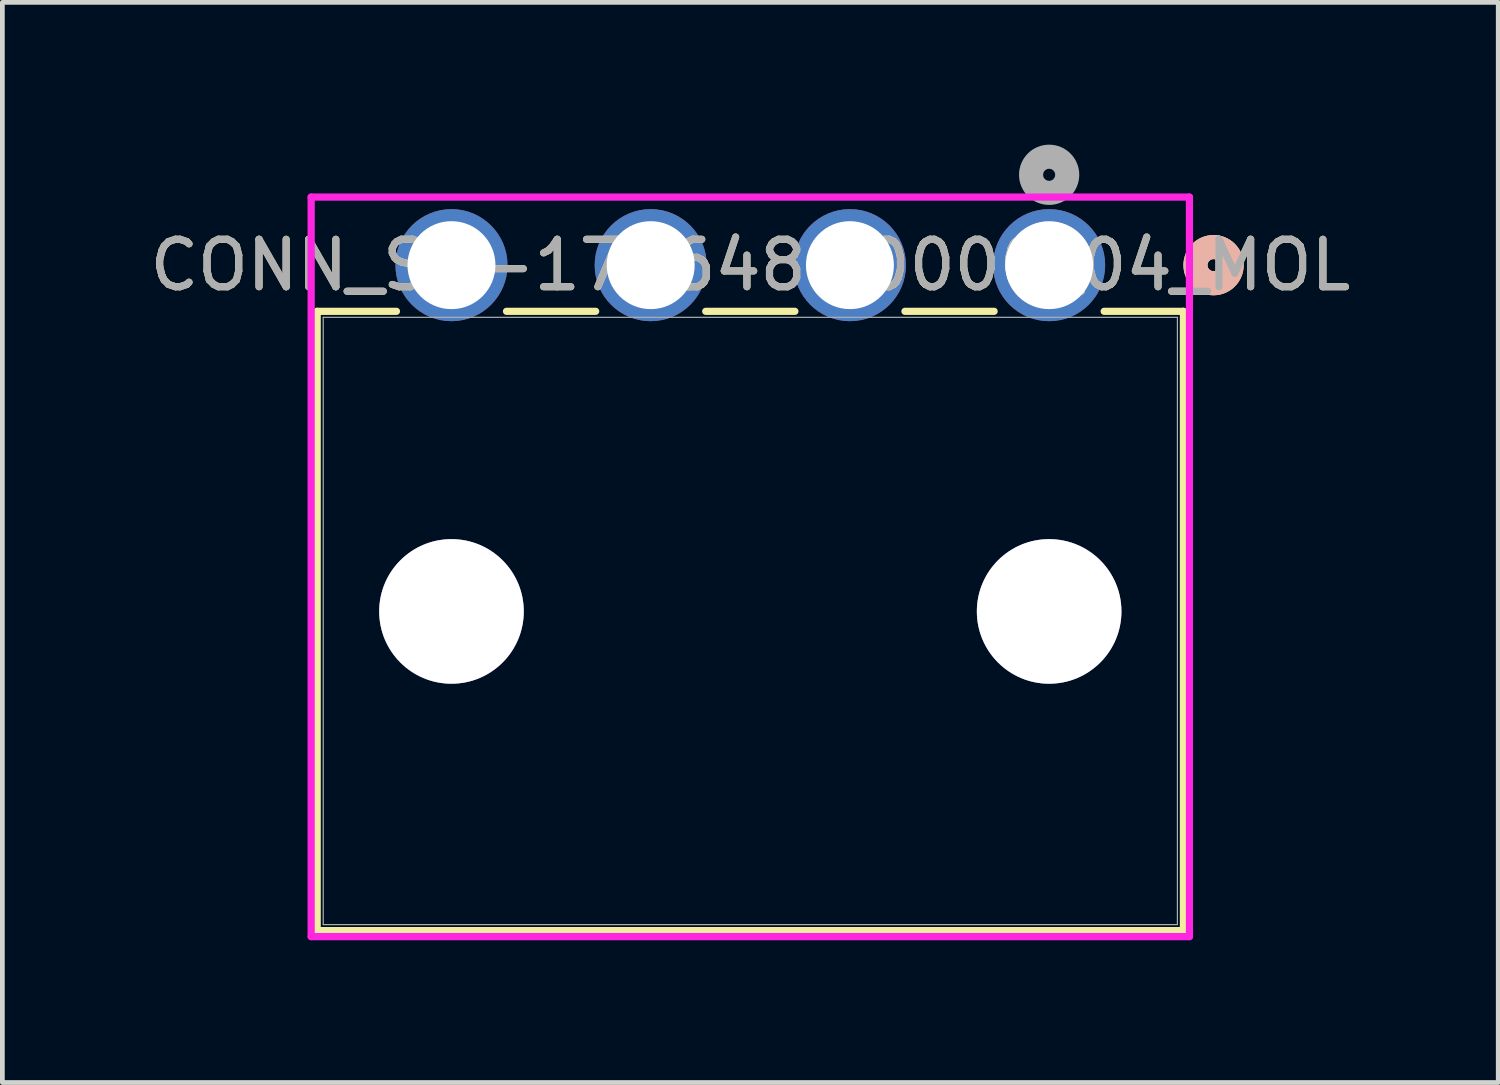
<source format=kicad_pcb>
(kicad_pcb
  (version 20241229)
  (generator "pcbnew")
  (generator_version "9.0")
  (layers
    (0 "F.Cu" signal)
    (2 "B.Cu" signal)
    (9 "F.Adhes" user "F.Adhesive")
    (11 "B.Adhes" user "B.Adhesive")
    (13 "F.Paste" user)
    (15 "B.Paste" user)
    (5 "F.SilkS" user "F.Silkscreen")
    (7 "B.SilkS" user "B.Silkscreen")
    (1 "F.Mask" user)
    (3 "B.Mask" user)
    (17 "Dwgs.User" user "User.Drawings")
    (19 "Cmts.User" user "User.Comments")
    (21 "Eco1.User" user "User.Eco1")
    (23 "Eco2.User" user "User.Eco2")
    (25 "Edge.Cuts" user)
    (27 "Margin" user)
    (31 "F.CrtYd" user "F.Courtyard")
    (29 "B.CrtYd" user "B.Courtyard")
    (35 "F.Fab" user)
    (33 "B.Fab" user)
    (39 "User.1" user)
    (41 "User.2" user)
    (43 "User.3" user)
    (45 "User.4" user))
  (footprint "CONN_SD-172648-0000_04_MOL"
    (layer "F.Cu")
    (at 19.068 2.54)
    (property "Reference" "CONN_SD-172648-0000_04_MOL" (at -6.3 0 0) (unlocked yes) (layer "F.SilkS") (effects (font (size 1 1) (thickness 0.15))))
    (attr through_hole)
    (fp_line (start -15.431 0.973) (end -15.431 14.029) (stroke (width 0.152) (type solid)) (layer "F.SilkS"))
    (fp_line (start -15.431 14.029) (end 2.831 14.029) (stroke (width 0.152) (type solid)) (layer "F.SilkS"))
    (fp_line (start -13.76 0.973) (end -15.431 0.973) (stroke (width 0.152) (type solid)) (layer "F.SilkS"))
    (fp_line (start -9.56 0.973) (end -11.44 0.973) (stroke (width 0.152) (type solid)) (layer "F.SilkS"))
    (fp_line (start -5.36 0.973) (end -7.24 0.973) (stroke (width 0.152) (type solid)) (layer "F.SilkS"))
    (fp_line (start -1.16 0.973) (end -3.04 0.973) (stroke (width 0.152) (type solid)) (layer "F.SilkS"))
    (fp_line (start 2.831 0.973) (end 1.16 0.973) (stroke (width 0.152) (type solid)) (layer "F.SilkS"))
    (fp_line (start 2.831 14.029) (end 2.831 0.973) (stroke (width 0.152) (type solid)) (layer "F.SilkS"))
    (fp_circle (center 3.466 0) (end 3.847 0) (stroke (width 0.508) (type solid)) (fill no) (layer "F.SilkS"))
    (fp_circle (center 3.466 0) (end 3.847 0) (stroke (width 0.508) (type solid)) (fill no) (layer "B.SilkS"))
    (fp_line (start -15.558 -1.435) (end -15.558 14.156) (stroke (width 0.152) (type solid)) (layer "F.CrtYd"))
    (fp_line (start -15.558 14.156) (end 2.958 14.156) (stroke (width 0.152) (type solid)) (layer "F.CrtYd"))
    (fp_line (start 2.958 -1.435) (end -15.558 -1.435) (stroke (width 0.152) (type solid)) (layer "F.CrtYd"))
    (fp_line (start 2.958 14.156) (end 2.958 -1.435) (stroke (width 0.152) (type solid)) (layer "F.CrtYd"))
    (fp_line (start -15.304 1.1) (end -15.304 13.902) (stroke (width 0.025) (type solid)) (layer "F.Fab"))
    (fp_line (start -15.304 13.902) (end 2.704 13.902) (stroke (width 0.025) (type solid)) (layer "F.Fab"))
    (fp_line (start 2.704 1.1) (end -15.304 1.1) (stroke (width 0.025) (type solid)) (layer "F.Fab"))
    (fp_line (start 2.704 13.902) (end 2.704 1.1) (stroke (width 0.025) (type solid)) (layer "F.Fab"))
    (fp_circle (center 0 -1.905) (end 0.381 -1.905) (stroke (width 0.508) (type solid)) (fill no) (layer "F.Fab"))
    (fp_text user "${REFERENCE}" (at -6.3 0 0) (unlocked yes) (layer "F.Fab") (effects (font (size 1 1) (thickness 0.15))))
    (pad "1" thru_hole circle (at 0 0) (size 2.362 2.362) (drill 1.854) (layers "*.Cu" "*.Mask"))
    (pad "2" thru_hole circle (at -4.2 0) (size 2.362 2.362) (drill 1.854) (layers "*.Cu" "*.Mask"))
    (pad "3" thru_hole circle (at -8.4 0) (size 2.362 2.362) (drill 1.854) (layers "*.Cu" "*.Mask"))
    (pad "4" thru_hole circle (at -12.6 0) (size 2.362 2.362) (drill 1.854) (layers "*.Cu" "*.Mask"))
    (pad "5" thru_hole circle (at -12.6 7.3) (size 3.048 3.048) (drill 3.048) (layers "*.Cu" "*.Mask"))
    (pad "6" thru_hole circle (at 0 7.3) (size 3.048 3.048) (drill 3.048) (layers "*.Cu" "*.Mask")))
  (gr_rect
    (start -3 -3)
    (end 28.536 19.772)
    (stroke (width 0.1) (type default))
    (fill no)
    (layer "Edge.Cuts")))
</source>
